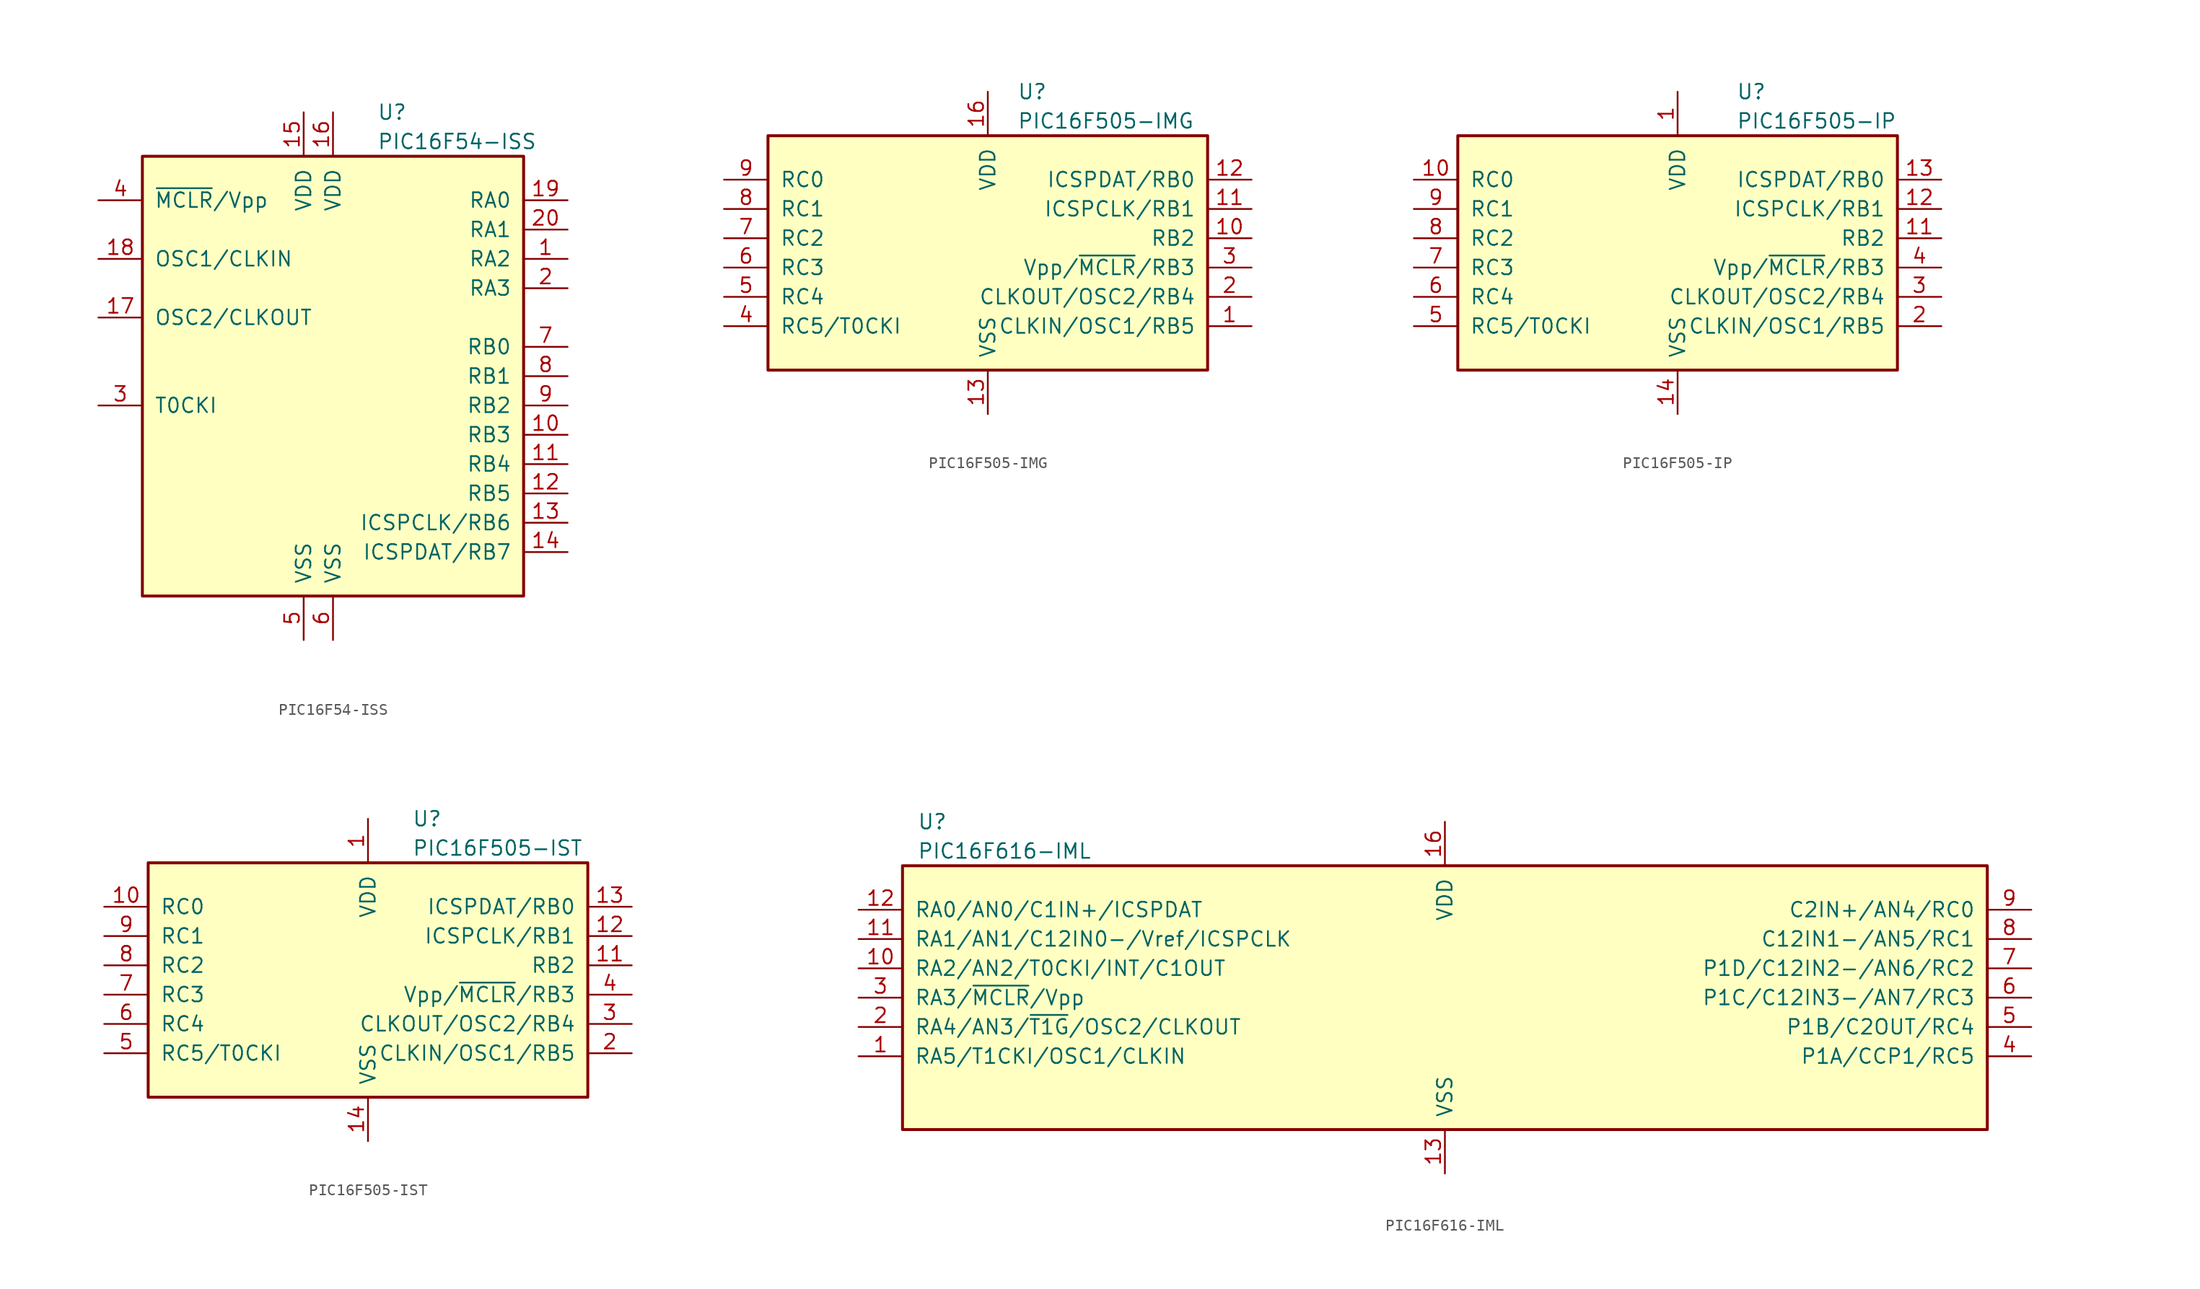
<source format=kicad_sym>
(kicad_symbol_lib
  (version 20211014)
  (generator kicad_symbol_editor)
  (symbol "PIC16F54-ISS"
    (pin_names
      (offset 1.016))
    (property "Reference" "U"
      (at 3.81 22.86 0)
      (effects (font (size 1.27 1.27)) (justify left)))
    (property "Value" "PIC16F54-ISS"
      (at 3.81 20.32 0)
      (effects (font (size 1.27 1.27)) (justify left)))
    (symbol "PIC16F54-ISS_0_1"
      (rectangle (start -16.51 19.05) (end 16.51 -19.05) (stroke (width 0.254) (type default) (color 0 0 0 0)) (fill (type background))))
    (symbol "PIC16F54-ISS_1_1"
      (pin bidirectional line (at 20.32 10.16 180) (length 3.81) (name "RA2" (effects (font (size 1.27 1.27)))) (number "1" (effects (font (size 1.27 1.27)))))
      (pin bidirectional line (at 20.32 -5.08 180) (length 3.81) (name "RB3" (effects (font (size 1.27 1.27)))) (number "10" (effects (font (size 1.27 1.27)))))
      (pin bidirectional line (at 20.32 -7.62 180) (length 3.81) (name "RB4" (effects (font (size 1.27 1.27)))) (number "11" (effects (font (size 1.27 1.27)))))
      (pin bidirectional line (at 20.32 -10.16 180) (length 3.81) (name "RB5" (effects (font (size 1.27 1.27)))) (number "12" (effects (font (size 1.27 1.27)))))
      (pin bidirectional line (at 20.32 -12.7 180) (length 3.81) (name "ICSPCLK/RB6" (effects (font (size 1.27 1.27)))) (number "13" (effects (font (size 1.27 1.27)))))
      (pin bidirectional line (at 20.32 -15.24 180) (length 3.81) (name "ICSPDAT/RB7" (effects (font (size 1.27 1.27)))) (number "14" (effects (font (size 1.27 1.27)))))
      (pin power_in line (at -2.54 22.86 270) (length 3.81) (name "VDD" (effects (font (size 1.27 1.27)))) (number "15" (effects (font (size 1.27 1.27)))))
      (pin power_in line (at 0 22.86 270) (length 3.81) (name "VDD" (effects (font (size 1.27 1.27)))) (number "16" (effects (font (size 1.27 1.27)))))
      (pin output line (at -20.32 5.08 0) (length 3.81) (name "OSC2/CLKOUT" (effects (font (size 1.27 1.27)))) (number "17" (effects (font (size 1.27 1.27)))))
      (pin input line (at -20.32 10.16 0) (length 3.81) (name "OSC1/CLKIN" (effects (font (size 1.27 1.27)))) (number "18" (effects (font (size 1.27 1.27)))))
      (pin bidirectional line (at 20.32 15.24 180) (length 3.81) (name "RA0" (effects (font (size 1.27 1.27)))) (number "19" (effects (font (size 1.27 1.27)))))
      (pin bidirectional line (at 20.32 7.62 180) (length 3.81) (name "RA3" (effects (font (size 1.27 1.27)))) (number "2" (effects (font (size 1.27 1.27)))))
      (pin bidirectional line (at 20.32 12.7 180) (length 3.81) (name "RA1" (effects (font (size 1.27 1.27)))) (number "20" (effects (font (size 1.27 1.27)))))
      (pin input line (at -20.32 -2.54 0) (length 3.81) (name "T0CKI" (effects (font (size 1.27 1.27)))) (number "3" (effects (font (size 1.27 1.27)))))
      (pin input line (at -20.32 15.24 0) (length 3.81) (name "~{MCLR}/Vpp" (effects (font (size 1.27 1.27)))) (number "4" (effects (font (size 1.27 1.27)))))
      (pin power_in line (at -2.54 -22.86 90) (length 3.81) (name "VSS" (effects (font (size 1.27 1.27)))) (number "5" (effects (font (size 1.27 1.27)))))
      (pin power_in line (at 0 -22.86 90) (length 3.81) (name "VSS" (effects (font (size 1.27 1.27)))) (number "6" (effects (font (size 1.27 1.27)))))
      (pin bidirectional line (at 20.32 2.54 180) (length 3.81) (name "RB0" (effects (font (size 1.27 1.27)))) (number "7" (effects (font (size 1.27 1.27)))))
      (pin bidirectional line (at 20.32 0 180) (length 3.81) (name "RB1" (effects (font (size 1.27 1.27)))) (number "8" (effects (font (size 1.27 1.27)))))
      (pin bidirectional line (at 20.32 -2.54 180) (length 3.81) (name "RB2" (effects (font (size 1.27 1.27)))) (number "9" (effects (font (size 1.27 1.27)))))))
  (symbol "PIC16F505-IMG"
    (pin_names
      (offset 1.016))
    (property "Reference" "U"
      (at 2.54 12.7 0)
      (effects (font (size 1.27 1.27)) (justify left)))
    (property "Value" "PIC16F505-IMG"
      (at 2.54 10.16 0)
      (effects (font (size 1.27 1.27)) (justify left)))
    (symbol "PIC16F505-IMG_0_1"
      (rectangle (start -19.05 8.89) (end 19.05 -11.43) (stroke (width 0.254) (type default) (color 0 0 0 0)) (fill (type background))))
    (symbol "PIC16F505-IMG_1_1"
      (pin bidirectional line (at 22.86 -7.62 180) (length 3.81) (name "CLKIN/OSC1/RB5" (effects (font (size 1.27 1.27)))) (number "1" (effects (font (size 1.27 1.27)))))
      (pin bidirectional line (at 22.86 0 180) (length 3.81) (name "RB2" (effects (font (size 1.27 1.27)))) (number "10" (effects (font (size 1.27 1.27)))))
      (pin bidirectional line (at 22.86 2.54 180) (length 3.81) (name "ICSPCLK/RB1" (effects (font (size 1.27 1.27)))) (number "11" (effects (font (size 1.27 1.27)))))
      (pin bidirectional line (at 22.86 5.08 180) (length 3.81) (name "ICSPDAT/RB0" (effects (font (size 1.27 1.27)))) (number "12" (effects (font (size 1.27 1.27)))))
      (pin power_in line (at 0 -15.24 90) (length 3.81) (name "VSS" (effects (font (size 1.27 1.27)))) (number "13" (effects (font (size 1.27 1.27)))))
      (pin power_in line (at 0 12.7 270) (length 3.81) (name "VDD" (effects (font (size 1.27 1.27)))) (number "16" (effects (font (size 1.27 1.27)))))
      (pin bidirectional line (at 22.86 -5.08 180) (length 3.81) (name "CLKOUT/OSC2/RB4" (effects (font (size 1.27 1.27)))) (number "2" (effects (font (size 1.27 1.27)))))
      (pin input line (at 22.86 -2.54 180) (length 3.81) (name "Vpp/~{MCLR}/RB3" (effects (font (size 1.27 1.27)))) (number "3" (effects (font (size 1.27 1.27)))))
      (pin bidirectional line (at -22.86 -7.62 0) (length 3.81) (name "RC5/T0CKI" (effects (font (size 1.27 1.27)))) (number "4" (effects (font (size 1.27 1.27)))))
      (pin bidirectional line (at -22.86 -5.08 0) (length 3.81) (name "RC4" (effects (font (size 1.27 1.27)))) (number "5" (effects (font (size 1.27 1.27)))))
      (pin bidirectional line (at -22.86 -2.54 0) (length 3.81) (name "RC3" (effects (font (size 1.27 1.27)))) (number "6" (effects (font (size 1.27 1.27)))))
      (pin bidirectional line (at -22.86 0 0) (length 3.81) (name "RC2" (effects (font (size 1.27 1.27)))) (number "7" (effects (font (size 1.27 1.27)))))
      (pin bidirectional line (at -22.86 2.54 0) (length 3.81) (name "RC1" (effects (font (size 1.27 1.27)))) (number "8" (effects (font (size 1.27 1.27)))))
      (pin bidirectional line (at -22.86 5.08 0) (length 3.81) (name "RC0" (effects (font (size 1.27 1.27)))) (number "9" (effects (font (size 1.27 1.27)))))))
  (symbol "PIC16F505-IP"
    (pin_names
      (offset 1.016))
    (property "Reference" "U"
      (at 5.08 12.7 0)
      (effects (font (size 1.27 1.27)) (justify left)))
    (property "Value" "PIC16F505-IP"
      (at 5.08 10.16 0)
      (effects (font (size 1.27 1.27)) (justify left)))
    (symbol "PIC16F505-IP_0_1"
      (rectangle (start -19.05 8.89) (end 19.05 -11.43) (stroke (width 0.254) (type default) (color 0 0 0 0)) (fill (type background))))
    (symbol "PIC16F505-IP_1_1"
      (pin power_in line (at 0 12.7 270) (length 3.81) (name "VDD" (effects (font (size 1.27 1.27)))) (number "1" (effects (font (size 1.27 1.27)))))
      (pin bidirectional line (at -22.86 5.08 0) (length 3.81) (name "RC0" (effects (font (size 1.27 1.27)))) (number "10" (effects (font (size 1.27 1.27)))))
      (pin bidirectional line (at 22.86 0 180) (length 3.81) (name "RB2" (effects (font (size 1.27 1.27)))) (number "11" (effects (font (size 1.27 1.27)))))
      (pin bidirectional line (at 22.86 2.54 180) (length 3.81) (name "ICSPCLK/RB1" (effects (font (size 1.27 1.27)))) (number "12" (effects (font (size 1.27 1.27)))))
      (pin bidirectional line (at 22.86 5.08 180) (length 3.81) (name "ICSPDAT/RB0" (effects (font (size 1.27 1.27)))) (number "13" (effects (font (size 1.27 1.27)))))
      (pin power_in line (at 0 -15.24 90) (length 3.81) (name "VSS" (effects (font (size 1.27 1.27)))) (number "14" (effects (font (size 1.27 1.27)))))
      (pin bidirectional line (at 22.86 -7.62 180) (length 3.81) (name "CLKIN/OSC1/RB5" (effects (font (size 1.27 1.27)))) (number "2" (effects (font (size 1.27 1.27)))))
      (pin bidirectional line (at 22.86 -5.08 180) (length 3.81) (name "CLKOUT/OSC2/RB4" (effects (font (size 1.27 1.27)))) (number "3" (effects (font (size 1.27 1.27)))))
      (pin input line (at 22.86 -2.54 180) (length 3.81) (name "Vpp/~{MCLR}/RB3" (effects (font (size 1.27 1.27)))) (number "4" (effects (font (size 1.27 1.27)))))
      (pin bidirectional line (at -22.86 -7.62 0) (length 3.81) (name "RC5/T0CKI" (effects (font (size 1.27 1.27)))) (number "5" (effects (font (size 1.27 1.27)))))
      (pin bidirectional line (at -22.86 -5.08 0) (length 3.81) (name "RC4" (effects (font (size 1.27 1.27)))) (number "6" (effects (font (size 1.27 1.27)))))
      (pin bidirectional line (at -22.86 -2.54 0) (length 3.81) (name "RC3" (effects (font (size 1.27 1.27)))) (number "7" (effects (font (size 1.27 1.27)))))
      (pin bidirectional line (at -22.86 0 0) (length 3.81) (name "RC2" (effects (font (size 1.27 1.27)))) (number "8" (effects (font (size 1.27 1.27)))))
      (pin bidirectional line (at -22.86 2.54 0) (length 3.81) (name "RC1" (effects (font (size 1.27 1.27)))) (number "9" (effects (font (size 1.27 1.27)))))))
  (symbol "PIC16F505-IST"
    (pin_names
      (offset 1.016))
    (property "Reference" "U"
      (at 3.81 12.7 0)
      (effects (font (size 1.27 1.27)) (justify left)))
    (property "Value" "PIC16F505-IST"
      (at 3.81 10.16 0)
      (effects (font (size 1.27 1.27)) (justify left)))
    (symbol "PIC16F505-IST_0_1"
      (rectangle (start -19.05 8.89) (end 19.05 -11.43) (stroke (width 0.254) (type default) (color 0 0 0 0)) (fill (type background))))
    (symbol "PIC16F505-IST_1_1"
      (pin power_in line (at 0 12.7 270) (length 3.81) (name "VDD" (effects (font (size 1.27 1.27)))) (number "1" (effects (font (size 1.27 1.27)))))
      (pin bidirectional line (at -22.86 5.08 0) (length 3.81) (name "RC0" (effects (font (size 1.27 1.27)))) (number "10" (effects (font (size 1.27 1.27)))))
      (pin bidirectional line (at 22.86 0 180) (length 3.81) (name "RB2" (effects (font (size 1.27 1.27)))) (number "11" (effects (font (size 1.27 1.27)))))
      (pin bidirectional line (at 22.86 2.54 180) (length 3.81) (name "ICSPCLK/RB1" (effects (font (size 1.27 1.27)))) (number "12" (effects (font (size 1.27 1.27)))))
      (pin bidirectional line (at 22.86 5.08 180) (length 3.81) (name "ICSPDAT/RB0" (effects (font (size 1.27 1.27)))) (number "13" (effects (font (size 1.27 1.27)))))
      (pin power_in line (at 0 -15.24 90) (length 3.81) (name "VSS" (effects (font (size 1.27 1.27)))) (number "14" (effects (font (size 1.27 1.27)))))
      (pin bidirectional line (at 22.86 -7.62 180) (length 3.81) (name "CLKIN/OSC1/RB5" (effects (font (size 1.27 1.27)))) (number "2" (effects (font (size 1.27 1.27)))))
      (pin bidirectional line (at 22.86 -5.08 180) (length 3.81) (name "CLKOUT/OSC2/RB4" (effects (font (size 1.27 1.27)))) (number "3" (effects (font (size 1.27 1.27)))))
      (pin input line (at 22.86 -2.54 180) (length 3.81) (name "Vpp/~{MCLR}/RB3" (effects (font (size 1.27 1.27)))) (number "4" (effects (font (size 1.27 1.27)))))
      (pin bidirectional line (at -22.86 -7.62 0) (length 3.81) (name "RC5/T0CKI" (effects (font (size 1.27 1.27)))) (number "5" (effects (font (size 1.27 1.27)))))
      (pin bidirectional line (at -22.86 -5.08 0) (length 3.81) (name "RC4" (effects (font (size 1.27 1.27)))) (number "6" (effects (font (size 1.27 1.27)))))
      (pin bidirectional line (at -22.86 -2.54 0) (length 3.81) (name "RC3" (effects (font (size 1.27 1.27)))) (number "7" (effects (font (size 1.27 1.27)))))
      (pin bidirectional line (at -22.86 0 0) (length 3.81) (name "RC2" (effects (font (size 1.27 1.27)))) (number "8" (effects (font (size 1.27 1.27)))))
      (pin bidirectional line (at -22.86 2.54 0) (length 3.81) (name "RC1" (effects (font (size 1.27 1.27)))) (number "9" (effects (font (size 1.27 1.27)))))))
  (symbol "PIC16F616-IML"
    (pin_names
      (offset 1.016))
    (property "Reference" "U"
      (at -45.72 15.24 0)
      (effects (font (size 1.27 1.27)) (justify left)))
    (property "Value" "PIC16F616-IML"
      (at -45.72 12.7 0)
      (effects (font (size 1.27 1.27)) (justify left)))
    (symbol "PIC16F616-IML_0_1"
      (rectangle (start -46.99 11.43) (end 46.99 -11.43) (stroke (width 0.254) (type default) (color 0 0 0 0)) (fill (type background)))
      (pin bidirectional line (at -50.8 -5.08 0) (length 3.81) (name "RA5/T1CKI/OSC1/CLKIN" (effects (font (size 1.27 1.27)))) (number "1" (effects (font (size 1.27 1.27))))))
    (symbol "PIC16F616-IML_1_1"
      (pin bidirectional line (at -50.8 2.54 0) (length 3.81) (name "RA2/AN2/T0CKI/INT/C1OUT" (effects (font (size 1.27 1.27)))) (number "10" (effects (font (size 1.27 1.27)))))
      (pin bidirectional line (at -50.8 5.08 0) (length 3.81) (name "RA1/AN1/C12IN0-/Vref/ICSPCLK" (effects (font (size 1.27 1.27)))) (number "11" (effects (font (size 1.27 1.27)))))
      (pin bidirectional line (at -50.8 7.62 0) (length 3.81) (name "RA0/AN0/C1IN+/ICSPDAT" (effects (font (size 1.27 1.27)))) (number "12" (effects (font (size 1.27 1.27)))))
      (pin power_in line (at 0 -15.24 90) (length 3.81) (name "VSS" (effects (font (size 1.27 1.27)))) (number "13" (effects (font (size 1.27 1.27)))))
      (pin power_in line (at 0 15.24 270) (length 3.81) (name "VDD" (effects (font (size 1.27 1.27)))) (number "16" (effects (font (size 1.27 1.27)))))
      (pin bidirectional line (at -50.8 -2.54 0) (length 3.81) (name "RA4/AN3/~{T1G}/OSC2/CLKOUT" (effects (font (size 1.27 1.27)))) (number "2" (effects (font (size 1.27 1.27)))))
      (pin input line (at -50.8 0 0) (length 3.81) (name "RA3/~{MCLR}/Vpp" (effects (font (size 1.27 1.27)))) (number "3" (effects (font (size 1.27 1.27)))))
      (pin bidirectional line (at 50.8 -5.08 180) (length 3.81) (name "P1A/CCP1/RC5" (effects (font (size 1.27 1.27)))) (number "4" (effects (font (size 1.27 1.27)))))
      (pin bidirectional line (at 50.8 -2.54 180) (length 3.81) (name "P1B/C2OUT/RC4" (effects (font (size 1.27 1.27)))) (number "5" (effects (font (size 1.27 1.27)))))
      (pin bidirectional line (at 50.8 0 180) (length 3.81) (name "P1C/C12IN3-/AN7/RC3" (effects (font (size 1.27 1.27)))) (number "6" (effects (font (size 1.27 1.27)))))
      (pin bidirectional line (at 50.8 2.54 180) (length 3.81) (name "P1D/C12IN2-/AN6/RC2" (effects (font (size 1.27 1.27)))) (number "7" (effects (font (size 1.27 1.27)))))
      (pin bidirectional line (at 50.8 5.08 180) (length 3.81) (name "C12IN1-/AN5/RC1" (effects (font (size 1.27 1.27)))) (number "8" (effects (font (size 1.27 1.27)))))
      (pin bidirectional line (at 50.8 7.62 180) (length 3.81) (name "C2IN+/AN4/RC0" (effects (font (size 1.27 1.27)))) (number "9" (effects (font (size 1.27 1.27))))))))
</source>
